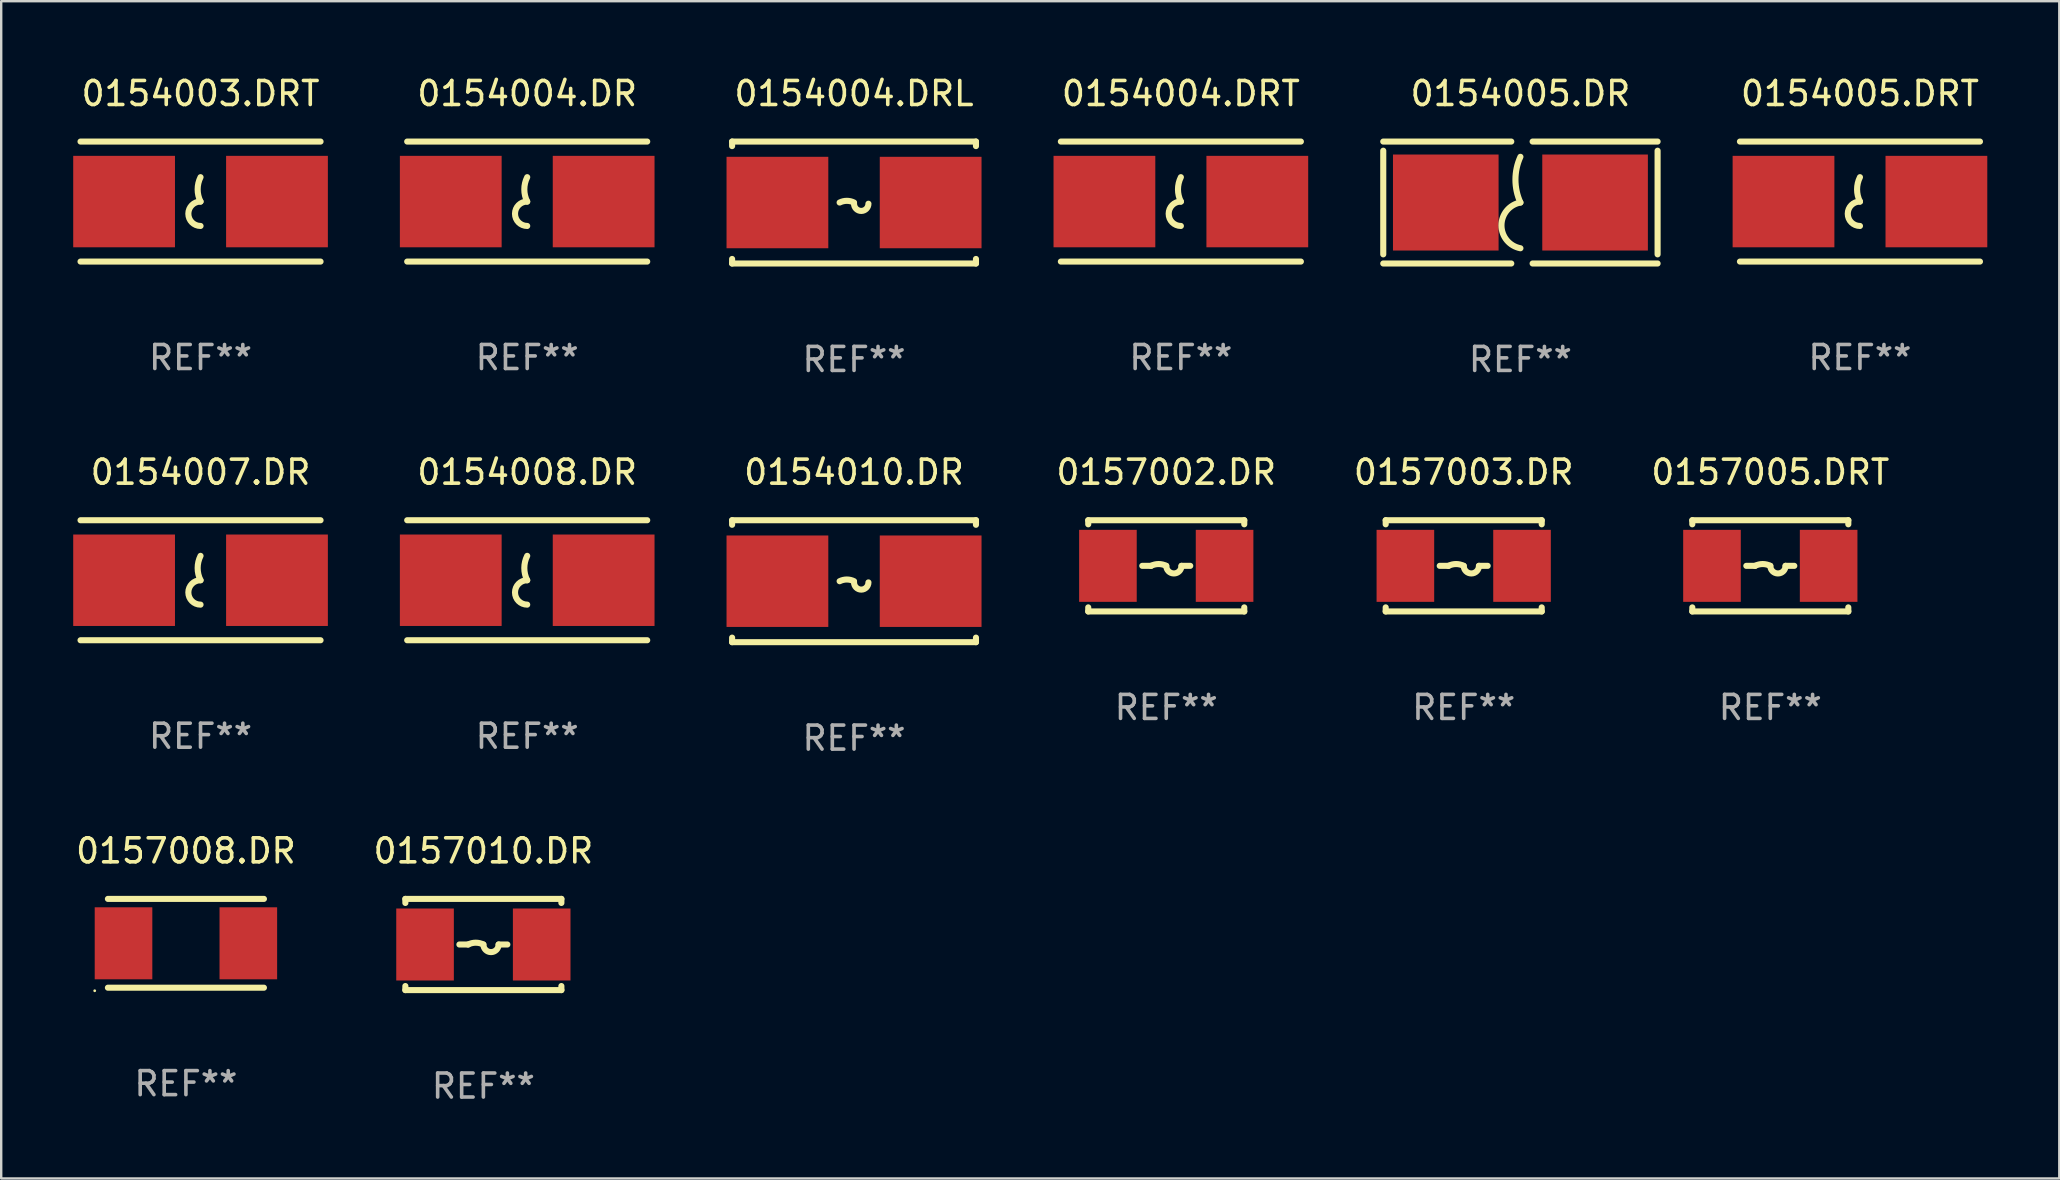
<source format=kicad_pcb>
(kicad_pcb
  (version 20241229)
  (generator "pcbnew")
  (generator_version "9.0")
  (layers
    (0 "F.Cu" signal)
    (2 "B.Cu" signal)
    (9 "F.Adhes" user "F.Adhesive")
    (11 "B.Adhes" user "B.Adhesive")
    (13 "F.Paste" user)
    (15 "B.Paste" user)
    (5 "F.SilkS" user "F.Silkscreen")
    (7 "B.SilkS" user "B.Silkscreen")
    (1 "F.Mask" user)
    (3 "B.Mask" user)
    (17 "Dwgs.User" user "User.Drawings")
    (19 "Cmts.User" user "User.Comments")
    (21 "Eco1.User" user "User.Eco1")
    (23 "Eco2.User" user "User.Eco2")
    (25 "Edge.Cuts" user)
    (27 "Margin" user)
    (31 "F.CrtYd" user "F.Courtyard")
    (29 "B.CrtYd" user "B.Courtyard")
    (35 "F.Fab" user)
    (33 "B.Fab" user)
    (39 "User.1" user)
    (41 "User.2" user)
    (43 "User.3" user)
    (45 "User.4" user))
  (footprint "0154005.DRT"
    (layer "F.Cu")
    (at 74.442 5.348)
    (property "Reference" "0154005.DRT" (at 0 -4.5 0) (layer "F.SilkS") (effects (font (size 1 1) (thickness 0.15))))
    (attr through_hole)
    (fp_line (start -5 -2.5) (end 5 -2.5) (stroke (width 0.254) (type solid)) (layer "F.SilkS"))
    (fp_line (start -5 2.5) (end 5 2.5) (stroke (width 0.254) (type solid)) (layer "F.SilkS"))
    (fp_arc (start 0 0) (mid -0.119923 -0.508001) (end 0 -1.016002) (stroke (width 0.254001) (type solid)) (layer "F.SilkS"))
    (fp_arc (start 0 1.016002) (mid -0.508001 0.508001) (end 0 0) (stroke (width 0.254001) (type solid)) (layer "F.SilkS"))
    (fp_circle (center -4.865 -2.515) (end -4.835 -2.515) (stroke (width 0.06) (type solid)) (fill no) (layer "F.SilkS"))
    (fp_text user "REF**" (at 0 6.5 0) (layer "F.Fab") (effects (font (size 1 1) (thickness 0.15))))
    (pad "1" smd rect (at -3.185 0) (size 4.24 3.81) (layers "F.Cu" "F.Mask" "F.Paste"))
    (pad "2" smd rect (at 3.185 0) (size 4.24 3.81) (layers "F.Cu" "F.Mask" "F.Paste")))
  (footprint "0154004.DR"
    (layer "F.Cu")
    (at 18.915 5.348)
    (property "Reference" "0154004.DR" (at 0 -4.5 0) (layer "F.SilkS") (effects (font (size 1 1) (thickness 0.15))))
    (attr through_hole)
    (fp_line (start -5 -2.5) (end 5 -2.5) (stroke (width 0.254) (type solid)) (layer "F.SilkS"))
    (fp_line (start -5 2.5) (end 5 2.5) (stroke (width 0.254) (type solid)) (layer "F.SilkS"))
    (fp_arc (start 0 0) (mid -0.119923 -0.508001) (end 0 -1.016002) (stroke (width 0.254001) (type solid)) (layer "F.SilkS"))
    (fp_arc (start 0 1.016002) (mid -0.508001 0.508001) (end 0 0) (stroke (width 0.254001) (type solid)) (layer "F.SilkS"))
    (fp_circle (center -4.865 -2.515) (end -4.835 -2.515) (stroke (width 0.06) (type solid)) (fill no) (layer "F.SilkS"))
    (fp_text user "REF**" (at 0 6.5 0) (layer "F.Fab") (effects (font (size 1 1) (thickness 0.15))))
    (pad "1" smd rect (at -3.185 0) (size 4.24 3.81) (layers "F.Cu" "F.Mask" "F.Paste"))
    (pad "2" smd rect (at 3.185 0) (size 4.24 3.81) (layers "F.Cu" "F.Mask" "F.Paste")))
  (footprint "0157005.DRT"
    (layer "F.Cu")
    (at 70.707 20.525)
    (property "Reference" "0157005.DRT" (at 0 -3.9 0) (layer "F.SilkS") (effects (font (size 1 1) (thickness 0.15))))
    (attr through_hole)
    (fp_line (start -3.25 -1.9) (end -3.25 -1.731) (stroke (width 0.254) (type solid)) (layer "F.SilkS"))
    (fp_line (start -3.25 -1.9) (end 3.25 -1.9) (stroke (width 0.254) (type solid)) (layer "F.SilkS"))
    (fp_line (start -3.25 1.731) (end -3.25 1.9) (stroke (width 0.254) (type solid)) (layer "F.SilkS"))
    (fp_line (start -3.25 1.9) (end 3.25 1.9) (stroke (width 0.254) (type solid)) (layer "F.SilkS"))
    (fp_line (start -0.635 -0.000013) (end -0.999 -0.000013) (stroke (width 0.254) (type solid)) (layer "F.SilkS"))
    (fp_line (start 0.999 -0.000013) (end 0.635 -0.000013) (stroke (width 0.254) (type solid)) (layer "F.SilkS"))
    (fp_line (start 3.25 -1.9) (end 3.25 -1.731) (stroke (width 0.254) (type solid)) (layer "F.SilkS"))
    (fp_line (start 3.25 1.731) (end 3.25 1.9) (stroke (width 0.254) (type solid)) (layer "F.SilkS"))
    (fp_arc (start -0.635001 -0.000013) (mid -0.3175 -0.074964) (end 0.000001 -0.000012) (stroke (width 0.254001) (type solid)) (layer "F.SilkS"))
    (fp_arc (start 0.635001 -0.000013) (mid 0.317894 0.317082) (end 0.000787 -0.000012) (stroke (width 0.254001) (type solid)) (layer "F.SilkS"))
    (fp_circle (center -3.25 1.845) (end -3.22 1.845) (stroke (width 0.06) (type solid)) (fill no) (layer "F.SilkS"))
    (fp_text user "REF**" (at 0 5.9 0) (layer "F.Fab") (effects (font (size 1 1) (thickness 0.15))))
    (pad "1" smd rect (at -2.43 -0.000013 90) (size 3 2.4) (layers "F.Cu" "F.Mask" "F.Paste"))
    (pad "2" smd rect (at 2.43 -0.000013 90) (size 3 2.4) (layers "F.Cu" "F.Mask" "F.Paste")))
  (footprint "0154008.DR"
    (layer "F.Cu")
    (at 18.915 21.125)
    (property "Reference" "0154008.DR" (at 0 -4.5 0) (layer "F.SilkS") (effects (font (size 1 1) (thickness 0.15))))
    (attr through_hole)
    (fp_line (start -5 -2.5) (end 5 -2.5) (stroke (width 0.254) (type solid)) (layer "F.SilkS"))
    (fp_line (start -5 2.5) (end 5 2.5) (stroke (width 0.254) (type solid)) (layer "F.SilkS"))
    (fp_arc (start 0 0) (mid -0.119923 -0.508001) (end 0 -1.016002) (stroke (width 0.254001) (type solid)) (layer "F.SilkS"))
    (fp_arc (start 0 1.016002) (mid -0.508001 0.508001) (end 0 0) (stroke (width 0.254001) (type solid)) (layer "F.SilkS"))
    (fp_circle (center -4.865 -2.515) (end -4.835 -2.515) (stroke (width 0.06) (type solid)) (fill no) (layer "F.SilkS"))
    (fp_text user "REF**" (at 0 6.5 0) (layer "F.Fab") (effects (font (size 1 1) (thickness 0.15))))
    (pad "1" smd rect (at -3.185 0) (size 4.24 3.81) (layers "F.Cu" "F.Mask" "F.Paste"))
    (pad "2" smd rect (at 3.185 0) (size 4.24 3.81) (layers "F.Cu" "F.Mask" "F.Paste")))
  (footprint "0154007.DR"
    (layer "F.Cu")
    (at 5.305 21.125)
    (property "Reference" "0154007.DR" (at 0 -4.5 0) (layer "F.SilkS") (effects (font (size 1 1) (thickness 0.15))))
    (attr through_hole)
    (fp_line (start -5 -2.5) (end 5 -2.5) (stroke (width 0.254) (type solid)) (layer "F.SilkS"))
    (fp_line (start -5 2.5) (end 5 2.5) (stroke (width 0.254) (type solid)) (layer "F.SilkS"))
    (fp_arc (start 0 0) (mid -0.119923 -0.508001) (end 0 -1.016002) (stroke (width 0.254001) (type solid)) (layer "F.SilkS"))
    (fp_arc (start 0 1.016002) (mid -0.508001 0.508001) (end 0 0) (stroke (width 0.254001) (type solid)) (layer "F.SilkS"))
    (fp_circle (center -4.865 -2.515) (end -4.835 -2.515) (stroke (width 0.06) (type solid)) (fill no) (layer "F.SilkS"))
    (fp_text user "REF**" (at 0 6.5 0) (layer "F.Fab") (effects (font (size 1 1) (thickness 0.15))))
    (pad "1" smd rect (at -3.185 0) (size 4.24 3.81) (layers "F.Cu" "F.Mask" "F.Paste"))
    (pad "2" smd rect (at 3.185 0) (size 4.24 3.81) (layers "F.Cu" "F.Mask" "F.Paste")))
  (footprint "0154010.DR"
    (layer "F.Cu")
    (at 32.532 21.165)
    (property "Reference" "0154010.DR" (at 0 -4.54 0) (layer "F.SilkS") (effects (font (size 1 1) (thickness 0.15))))
    (attr through_hole)
    (fp_line (start -5.08 -2.54) (end 5.08 -2.54) (stroke (width 0.254) (type solid)) (layer "F.SilkS"))
    (fp_line (start -5.08 -2.351) (end -5.08 -2.54) (stroke (width 0.254) (type solid)) (layer "F.SilkS"))
    (fp_line (start -5.08 2.54) (end -5.08 2.351) (stroke (width 0.254) (type solid)) (layer "F.SilkS"))
    (fp_line (start 5.08 -2.54) (end 5.08 -2.351) (stroke (width 0.254) (type solid)) (layer "F.SilkS"))
    (fp_line (start 5.08 2.351) (end 5.08 2.54) (stroke (width 0.254) (type solid)) (layer "F.SilkS"))
    (fp_line (start 5.08 2.54) (end -5.08 2.54) (stroke (width 0.254) (type solid)) (layer "F.SilkS"))
    (fp_arc (start -0.6 0) (mid -0.299987 -0.070825) (end 0.000026 0) (stroke (width 0.254001) (type solid)) (layer "F.SilkS"))
    (fp_arc (start 0.600051 0.050064) (mid 0.300038 0.350064) (end 0.000025 0.050063) (stroke (width 0.254001) (type solid)) (layer "F.SilkS"))
    (fp_circle (center -4.912 2.515) (end -4.882 2.515) (stroke (width 0.06) (type solid)) (fill no) (layer "F.SilkS"))
    (fp_text user "REF**" (at 0 6.54 0) (layer "F.Fab") (effects (font (size 1 1) (thickness 0.15))))
    (pad "1" smd rect (at -3.192 0) (size 4.24 3.81) (layers "F.Cu" "F.Mask" "F.Paste"))
    (pad "2" smd rect (at 3.192 0) (size 4.24 3.81) (layers "F.Cu" "F.Mask" "F.Paste")))
  (footprint "0157008.DR"
    (layer "F.Cu")
    (at 4.696 36.251)
    (property "Reference" "0157008.DR" (at 0 -3.85 0) (layer "F.SilkS") (effects (font (size 1 1) (thickness 0.15))))
    (attr through_hole)
    (fp_line (start -3.25 1.85) (end 3.25 1.85) (stroke (width 0.254) (type solid)) (layer "F.SilkS"))
    (fp_line (start -3.25 -1.85) (end 3.25 -1.85) (stroke (width 0.254) (type solid)) (layer "F.SilkS"))
    (fp_circle (center -3.8 1.977) (end -3.77 1.977) (stroke (width 0.06) (type solid)) (fill no) (layer "F.SilkS"))
    (fp_text user "REF**" (at 0 5.85 0) (layer "F.Fab") (effects (font (size 1 1) (thickness 0.15))))
    (pad "1" smd rect (at -2.6 -0.000013 90) (size 3 2.4) (layers "F.Cu" "F.Mask" "F.Paste"))
    (pad "2" smd rect (at 2.6 -0.000013 90) (size 3 2.4) (layers "F.Cu" "F.Mask" "F.Paste")))
  (footprint "0157010.DR"
    (layer "F.Cu")
    (at 17.089 36.301)
    (property "Reference" "0157010.DR" (at 0 -3.9 0) (layer "F.SilkS") (effects (font (size 1 1) (thickness 0.15))))
    (attr through_hole)
    (fp_line (start -3.25 -1.9) (end -3.25 -1.731) (stroke (width 0.254) (type solid)) (layer "F.SilkS"))
    (fp_line (start -3.25 -1.9) (end 3.25 -1.9) (stroke (width 0.254) (type solid)) (layer "F.SilkS"))
    (fp_line (start -3.25 1.731) (end -3.25 1.9) (stroke (width 0.254) (type solid)) (layer "F.SilkS"))
    (fp_line (start -3.25 1.9) (end 3.25 1.9) (stroke (width 0.254) (type solid)) (layer "F.SilkS"))
    (fp_line (start -0.635 -0.000013) (end -0.999 -0.000013) (stroke (width 0.254) (type solid)) (layer "F.SilkS"))
    (fp_line (start 0.999 -0.000013) (end 0.635 -0.000013) (stroke (width 0.254) (type solid)) (layer "F.SilkS"))
    (fp_line (start 3.25 -1.9) (end 3.25 -1.731) (stroke (width 0.254) (type solid)) (layer "F.SilkS"))
    (fp_line (start 3.25 1.731) (end 3.25 1.9) (stroke (width 0.254) (type solid)) (layer "F.SilkS"))
    (fp_arc (start -0.635001 -0.000013) (mid -0.3175 -0.074964) (end 0.000001 -0.000012) (stroke (width 0.254001) (type solid)) (layer "F.SilkS"))
    (fp_arc (start 0.635001 -0.000013) (mid 0.317894 0.317082) (end 0.000787 -0.000012) (stroke (width 0.254001) (type solid)) (layer "F.SilkS"))
    (fp_circle (center -3.25 1.845) (end -3.22 1.845) (stroke (width 0.06) (type solid)) (fill no) (layer "F.SilkS"))
    (fp_text user "REF**" (at 0 5.9 0) (layer "F.Fab") (effects (font (size 1 1) (thickness 0.15))))
    (pad "1" smd rect (at -2.43 -0.000013 90) (size 3 2.4) (layers "F.Cu" "F.Mask" "F.Paste"))
    (pad "2" smd rect (at 2.43 -0.000013 90) (size 3 2.4) (layers "F.Cu" "F.Mask" "F.Paste")))
  (footprint "0154005.DR"
    (layer "F.Cu")
    (at 60.296 5.388)
    (property "Reference" "0154005.DR" (at 0 -4.54 0) (layer "F.SilkS") (effects (font (size 1 1) (thickness 0.15))))
    (attr through_hole)
    (fp_line (start -5.715 -2.159) (end -5.715 2.159) (stroke (width 0.254) (type solid)) (layer "F.SilkS"))
    (fp_line (start -0.381 -2.54) (end -5.715 -2.54) (stroke (width 0.254) (type solid)) (layer "F.SilkS"))
    (fp_line (start -0.381 2.54) (end -5.715 2.54) (stroke (width 0.254) (type solid)) (layer "F.SilkS"))
    (fp_line (start 0.508 -2.54) (end 5.715 -2.54) (stroke (width 0.254) (type solid)) (layer "F.SilkS"))
    (fp_line (start 5.715 -2.159) (end 5.715 2.159) (stroke (width 0.254) (type solid)) (layer "F.SilkS"))
    (fp_line (start 5.715 2.54) (end 0.508 2.54) (stroke (width 0.254) (type solid)) (layer "F.SilkS"))
    (fp_arc (start 0 0) (mid -0.20735 -0.952502) (end 0 -1.905004) (stroke (width 0.254001) (type solid)) (layer "F.SilkS"))
    (fp_arc (start 0 1.905004) (mid -0.790118 0.952502) (end -0.000001 0) (stroke (width 0.254001) (type solid)) (layer "F.SilkS"))
    (fp_circle (center -4.9 2.55) (end -4.87 2.55) (stroke (width 0.06) (type solid)) (fill no) (layer "F.SilkS"))
    (fp_text user "REF**" (at 0 6.54 0) (layer "F.Fab") (effects (font (size 1 1) (thickness 0.15))))
    (pad "1" smd rect (at -3.11 0) (size 4.4 4) (layers "F.Cu" "F.Mask" "F.Paste"))
    (pad "2" smd rect (at 3.11 0) (size 4.4 4) (layers "F.Cu" "F.Mask" "F.Paste")))
  (footprint "0157003.DR"
    (layer "F.Cu")
    (at 57.933 20.525)
    (property "Reference" "0157003.DR" (at 0 -3.9 0) (layer "F.SilkS") (effects (font (size 1 1) (thickness 0.15))))
    (attr through_hole)
    (fp_line (start -3.25 -1.9) (end -3.25 -1.731) (stroke (width 0.254) (type solid)) (layer "F.SilkS"))
    (fp_line (start -3.25 -1.9) (end 3.25 -1.9) (stroke (width 0.254) (type solid)) (layer "F.SilkS"))
    (fp_line (start -3.25 1.731) (end -3.25 1.9) (stroke (width 0.254) (type solid)) (layer "F.SilkS"))
    (fp_line (start -3.25 1.9) (end 3.25 1.9) (stroke (width 0.254) (type solid)) (layer "F.SilkS"))
    (fp_line (start -0.635 -0.000013) (end -0.999 -0.000013) (stroke (width 0.254) (type solid)) (layer "F.SilkS"))
    (fp_line (start 0.999 -0.000013) (end 0.635 -0.000013) (stroke (width 0.254) (type solid)) (layer "F.SilkS"))
    (fp_line (start 3.25 -1.9) (end 3.25 -1.731) (stroke (width 0.254) (type solid)) (layer "F.SilkS"))
    (fp_line (start 3.25 1.731) (end 3.25 1.9) (stroke (width 0.254) (type solid)) (layer "F.SilkS"))
    (fp_arc (start -0.635001 -0.000013) (mid -0.3175 -0.074964) (end 0.000001 -0.000012) (stroke (width 0.254001) (type solid)) (layer "F.SilkS"))
    (fp_arc (start 0.635001 -0.000013) (mid 0.317894 0.317082) (end 0.000787 -0.000012) (stroke (width 0.254001) (type solid)) (layer "F.SilkS"))
    (fp_circle (center -3.25 1.845) (end -3.22 1.845) (stroke (width 0.06) (type solid)) (fill no) (layer "F.SilkS"))
    (fp_text user "REF**" (at 0 5.9 0) (layer "F.Fab") (effects (font (size 1 1) (thickness 0.15))))
    (pad "1" smd rect (at -2.43 -0.000013 90) (size 3 2.4) (layers "F.Cu" "F.Mask" "F.Paste"))
    (pad "2" smd rect (at 2.43 -0.000013 90) (size 3 2.4) (layers "F.Cu" "F.Mask" "F.Paste")))
  (footprint "0157002.DR"
    (layer "F.Cu")
    (at 45.54 20.525)
    (property "Reference" "0157002.DR" (at 0 -3.9 0) (layer "F.SilkS") (effects (font (size 1 1) (thickness 0.15))))
    (attr through_hole)
    (fp_line (start -3.25 -1.9) (end -3.25 -1.731) (stroke (width 0.254) (type solid)) (layer "F.SilkS"))
    (fp_line (start -3.25 -1.9) (end 3.25 -1.9) (stroke (width 0.254) (type solid)) (layer "F.SilkS"))
    (fp_line (start -3.25 1.731) (end -3.25 1.9) (stroke (width 0.254) (type solid)) (layer "F.SilkS"))
    (fp_line (start -3.25 1.9) (end 3.25 1.9) (stroke (width 0.254) (type solid)) (layer "F.SilkS"))
    (fp_line (start -0.635 -0.000013) (end -0.999 -0.000013) (stroke (width 0.254) (type solid)) (layer "F.SilkS"))
    (fp_line (start 0.999 -0.000013) (end 0.635 -0.000013) (stroke (width 0.254) (type solid)) (layer "F.SilkS"))
    (fp_line (start 3.25 -1.9) (end 3.25 -1.731) (stroke (width 0.254) (type solid)) (layer "F.SilkS"))
    (fp_line (start 3.25 1.731) (end 3.25 1.9) (stroke (width 0.254) (type solid)) (layer "F.SilkS"))
    (fp_arc (start -0.635001 -0.000013) (mid -0.3175 -0.074964) (end 0.000001 -0.000012) (stroke (width 0.254001) (type solid)) (layer "F.SilkS"))
    (fp_arc (start 0.635001 -0.000013) (mid 0.317894 0.317082) (end 0.000787 -0.000012) (stroke (width 0.254001) (type solid)) (layer "F.SilkS"))
    (fp_circle (center -3.25 1.845) (end -3.22 1.845) (stroke (width 0.06) (type solid)) (fill no) (layer "F.SilkS"))
    (fp_text user "REF**" (at 0 5.9 0) (layer "F.Fab") (effects (font (size 1 1) (thickness 0.15))))
    (pad "1" smd rect (at -2.43 -0.000013 90) (size 3 2.4) (layers "F.Cu" "F.Mask" "F.Paste"))
    (pad "2" smd rect (at 2.43 -0.000013 90) (size 3 2.4) (layers "F.Cu" "F.Mask" "F.Paste")))
  (footprint "0154004.DRT"
    (layer "F.Cu")
    (at 46.149 5.348)
    (property "Reference" "0154004.DRT" (at 0 -4.5 0) (layer "F.SilkS") (effects (font (size 1 1) (thickness 0.15))))
    (attr through_hole)
    (fp_line (start -5 -2.5) (end 5 -2.5) (stroke (width 0.254) (type solid)) (layer "F.SilkS"))
    (fp_line (start -5 2.5) (end 5 2.5) (stroke (width 0.254) (type solid)) (layer "F.SilkS"))
    (fp_arc (start 0 0) (mid -0.119923 -0.508001) (end 0 -1.016002) (stroke (width 0.254001) (type solid)) (layer "F.SilkS"))
    (fp_arc (start 0 1.016002) (mid -0.508001 0.508001) (end 0 0) (stroke (width 0.254001) (type solid)) (layer "F.SilkS"))
    (fp_circle (center -4.865 -2.515) (end -4.835 -2.515) (stroke (width 0.06) (type solid)) (fill no) (layer "F.SilkS"))
    (fp_text user "REF**" (at 0 6.5 0) (layer "F.Fab") (effects (font (size 1 1) (thickness 0.15))))
    (pad "1" smd rect (at -3.185 0) (size 4.24 3.81) (layers "F.Cu" "F.Mask" "F.Paste"))
    (pad "2" smd rect (at 3.185 0) (size 4.24 3.81) (layers "F.Cu" "F.Mask" "F.Paste")))
  (footprint "0154003.DRT"
    (layer "F.Cu")
    (at 5.305 5.348)
    (property "Reference" "0154003.DRT" (at 0 -4.5 0) (layer "F.SilkS") (effects (font (size 1 1) (thickness 0.15))))
    (attr through_hole)
    (fp_line (start -5 -2.5) (end 5 -2.5) (stroke (width 0.254) (type solid)) (layer "F.SilkS"))
    (fp_line (start -5 2.5) (end 5 2.5) (stroke (width 0.254) (type solid)) (layer "F.SilkS"))
    (fp_arc (start 0 0) (mid -0.119923 -0.508001) (end 0 -1.016002) (stroke (width 0.254001) (type solid)) (layer "F.SilkS"))
    (fp_arc (start 0 1.016002) (mid -0.508001 0.508001) (end 0 0) (stroke (width 0.254001) (type solid)) (layer "F.SilkS"))
    (fp_circle (center -4.865 -2.515) (end -4.835 -2.515) (stroke (width 0.06) (type solid)) (fill no) (layer "F.SilkS"))
    (fp_text user "REF**" (at 0 6.5 0) (layer "F.Fab") (effects (font (size 1 1) (thickness 0.15))))
    (pad "1" smd rect (at -3.185 0) (size 4.24 3.81) (layers "F.Cu" "F.Mask" "F.Paste"))
    (pad "2" smd rect (at 3.185 0) (size 4.24 3.81) (layers "F.Cu" "F.Mask" "F.Paste")))
  (footprint "0154004.DRL"
    (layer "F.Cu")
    (at 32.532 5.388)
    (property "Reference" "0154004.DRL" (at 0 -4.54 0) (layer "F.SilkS") (effects (font (size 1 1) (thickness 0.15))))
    (attr through_hole)
    (fp_line (start -5.08 -2.54) (end 5.08 -2.54) (stroke (width 0.254) (type solid)) (layer "F.SilkS"))
    (fp_line (start -5.08 -2.351) (end -5.08 -2.54) (stroke (width 0.254) (type solid)) (layer "F.SilkS"))
    (fp_line (start -5.08 2.54) (end -5.08 2.351) (stroke (width 0.254) (type solid)) (layer "F.SilkS"))
    (fp_line (start 5.08 -2.54) (end 5.08 -2.351) (stroke (width 0.254) (type solid)) (layer "F.SilkS"))
    (fp_line (start 5.08 2.351) (end 5.08 2.54) (stroke (width 0.254) (type solid)) (layer "F.SilkS"))
    (fp_line (start 5.08 2.54) (end -5.08 2.54) (stroke (width 0.254) (type solid)) (layer "F.SilkS"))
    (fp_arc (start -0.6 0) (mid -0.299987 -0.070825) (end 0.000026 0) (stroke (width 0.254001) (type solid)) (layer "F.SilkS"))
    (fp_arc (start 0.600051 0.050064) (mid 0.300038 0.350064) (end 0.000025 0.050063) (stroke (width 0.254001) (type solid)) (layer "F.SilkS"))
    (fp_circle (center -4.912 2.515) (end -4.882 2.515) (stroke (width 0.06) (type solid)) (fill no) (layer "F.SilkS"))
    (fp_text user "REF**" (at 0 6.54 0) (layer "F.Fab") (effects (font (size 1 1) (thickness 0.15))))
    (pad "1" smd rect (at -3.192 0) (size 4.24 3.81) (layers "F.Cu" "F.Mask" "F.Paste"))
    (pad "2" smd rect (at 3.192 0) (size 4.24 3.81) (layers "F.Cu" "F.Mask" "F.Paste")))
  (gr_rect
    (start -3 -3)
    (end 82.747 46.049)
    (stroke (width 0.1) (type default))
    (fill no)
    (layer "Edge.Cuts")))
</source>
